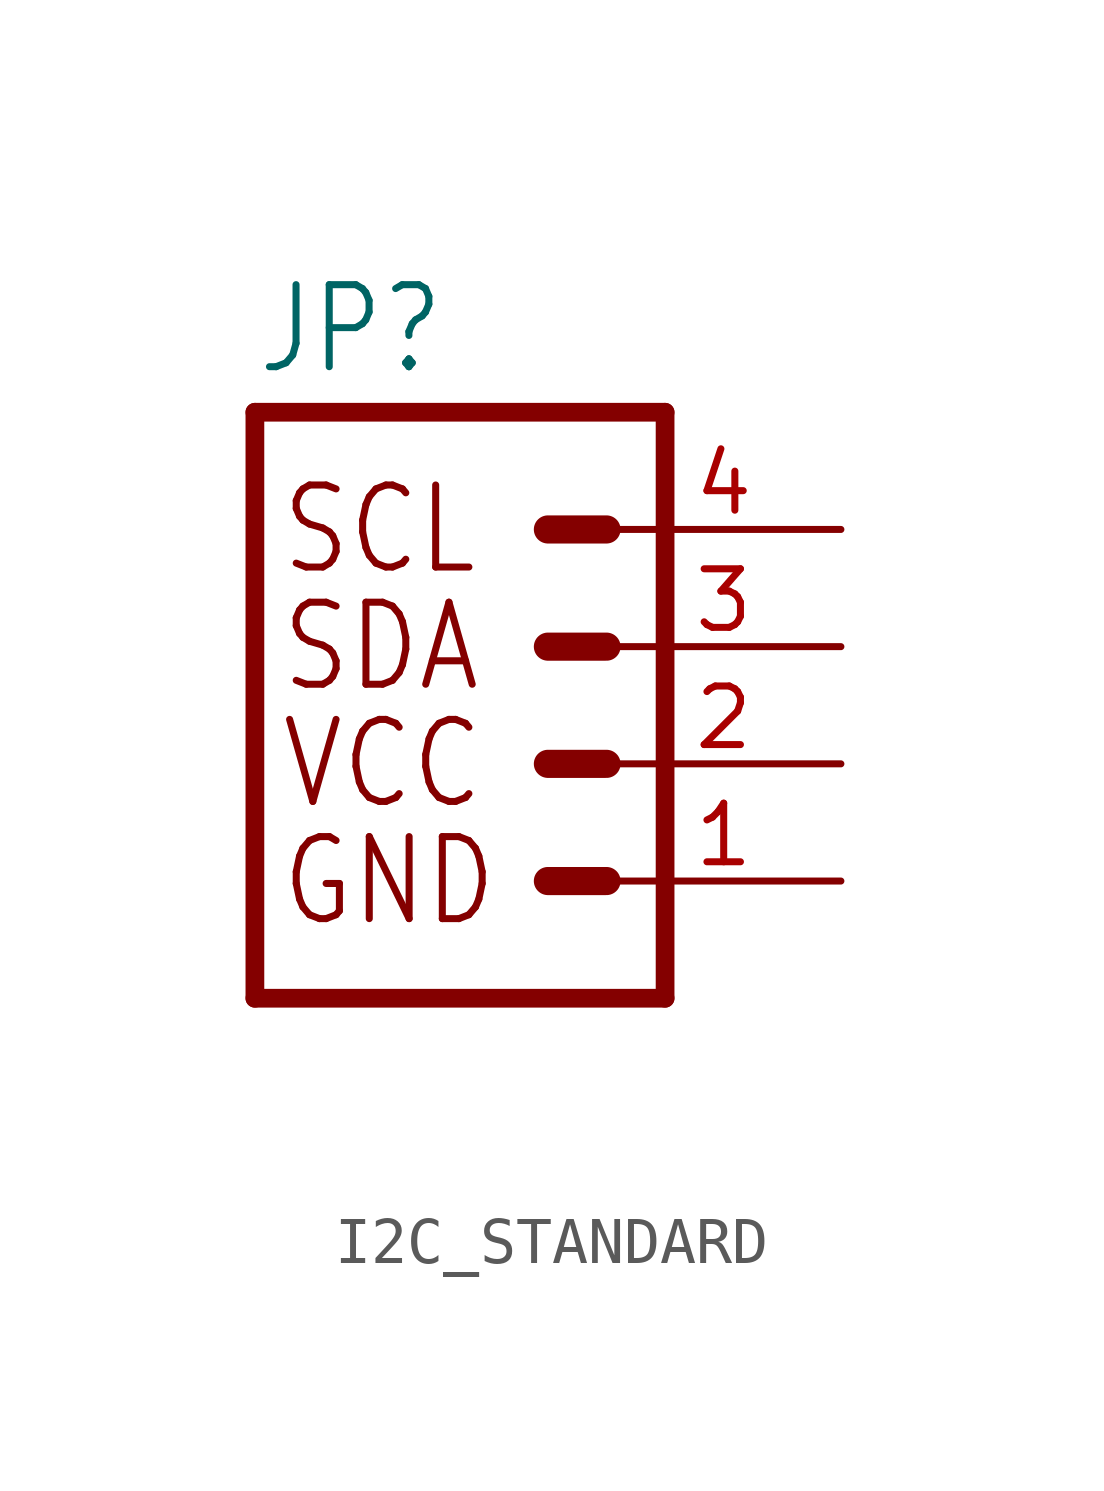
<source format=kicad_sym>
(kicad_symbol_lib
  (version 20220914)
  (generator kicad_symbol_editor)
  (symbol "I2C_STANDARD"
    (property "Reference" "JP"
      (at -2.54 13.462 0)
      (effects (font (size 1.778 1.511)) (justify left bottom)))
    (property "Value" ""
      (at -2.54 -2.54 0)
      (effects (font (size 1.778 1.511)) (justify left bottom)))
    (property "ki_locked" ""
      (at 0 0 0)
      (effects (font (size 1.27 1.27))))
    (symbol "I2C_STANDARD_1_0"
      (polyline (pts (xy -2.54 12.7) (xy -2.54 0)) (stroke (width 0.406) (type solid)) (fill (type none)))
      (polyline (pts (xy -2.54 12.7) (xy 6.35 12.7)) (stroke (width 0.406) (type solid)) (fill (type none)))
      (polyline (pts (xy 3.81 2.54) (xy 5.08 2.54)) (stroke (width 0.61) (type solid)) (fill (type none)))
      (polyline (pts (xy 3.81 5.08) (xy 5.08 5.08)) (stroke (width 0.61) (type solid)) (fill (type none)))
      (polyline (pts (xy 3.81 7.62) (xy 5.08 7.62)) (stroke (width 0.61) (type solid)) (fill (type none)))
      (polyline (pts (xy 3.81 10.16) (xy 5.08 10.16)) (stroke (width 0.61) (type solid)) (fill (type none)))
      (polyline (pts (xy 6.35 0) (xy -2.54 0)) (stroke (width 0.406) (type solid)) (fill (type none)))
      (polyline (pts (xy 6.35 0) (xy 6.35 12.7)) (stroke (width 0.406) (type solid)) (fill (type none)))
      (text "GND" (at -2.032 2.54 0) (effects (font (size 1.778 1.511)) (justify left)))
      (text "SCL" (at -2.032 10.16 0) (effects (font (size 1.778 1.511)) (justify left)))
      (text "SDA" (at -2.032 7.62 0) (effects (font (size 1.778 1.511)) (justify left)))
      (text "VCC" (at -2.032 5.08 0) (effects (font (size 1.778 1.511)) (justify left)))
      (pin passive line (at 10.16 2.54 180) (length 5.08) (name "1" (effects (font (size 0 0)))) (number "1" (effects (font (size 1.27 1.27)))))
      (pin passive line (at 10.16 5.08 180) (length 5.08) (name "2" (effects (font (size 0 0)))) (number "2" (effects (font (size 1.27 1.27)))))
      (pin passive line (at 10.16 7.62 180) (length 5.08) (name "3" (effects (font (size 0 0)))) (number "3" (effects (font (size 1.27 1.27)))))
      (pin passive line (at 10.16 10.16 180) (length 5.08) (name "4" (effects (font (size 0 0)))) (number "4" (effects (font (size 1.27 1.27))))))))
</source>
